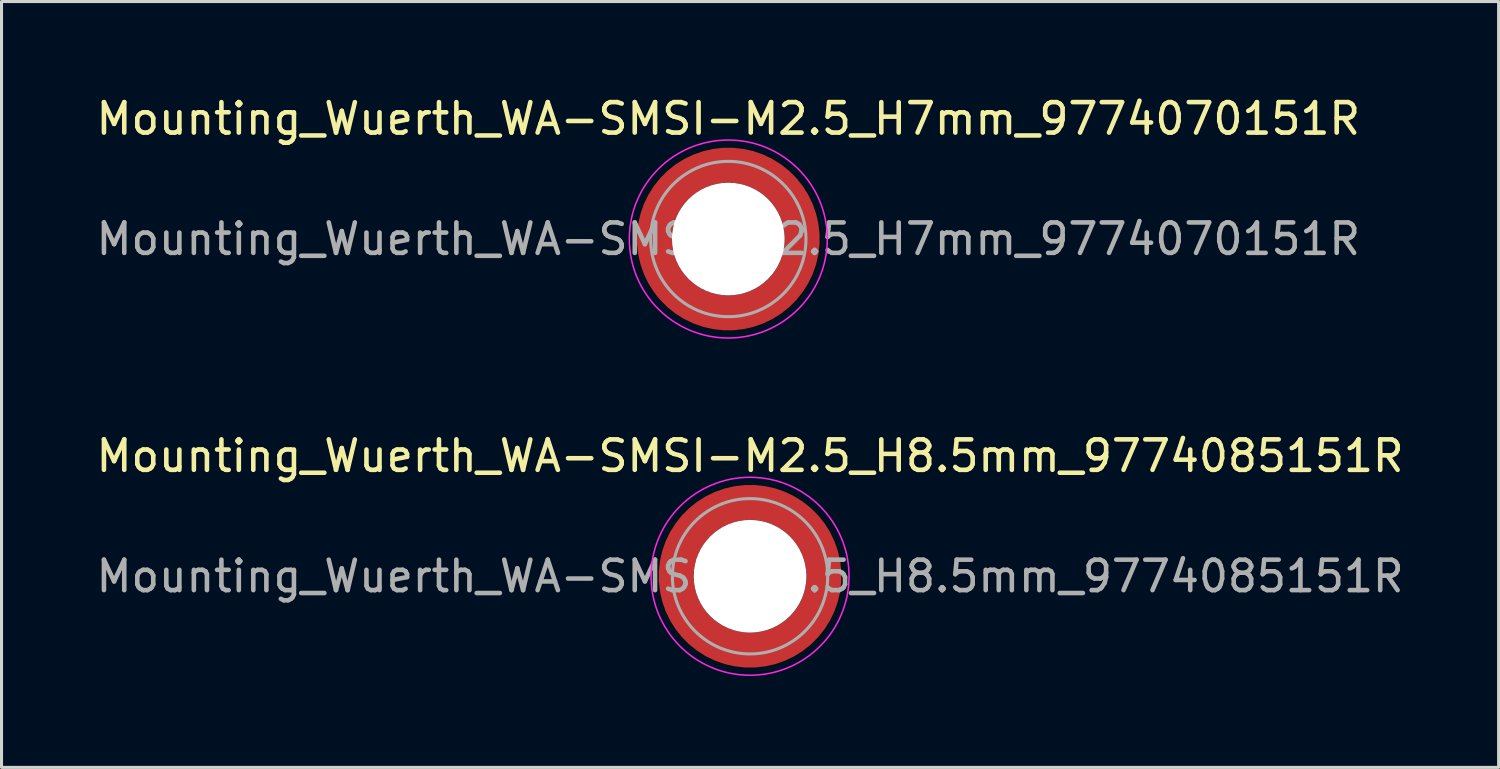
<source format=kicad_pcb>
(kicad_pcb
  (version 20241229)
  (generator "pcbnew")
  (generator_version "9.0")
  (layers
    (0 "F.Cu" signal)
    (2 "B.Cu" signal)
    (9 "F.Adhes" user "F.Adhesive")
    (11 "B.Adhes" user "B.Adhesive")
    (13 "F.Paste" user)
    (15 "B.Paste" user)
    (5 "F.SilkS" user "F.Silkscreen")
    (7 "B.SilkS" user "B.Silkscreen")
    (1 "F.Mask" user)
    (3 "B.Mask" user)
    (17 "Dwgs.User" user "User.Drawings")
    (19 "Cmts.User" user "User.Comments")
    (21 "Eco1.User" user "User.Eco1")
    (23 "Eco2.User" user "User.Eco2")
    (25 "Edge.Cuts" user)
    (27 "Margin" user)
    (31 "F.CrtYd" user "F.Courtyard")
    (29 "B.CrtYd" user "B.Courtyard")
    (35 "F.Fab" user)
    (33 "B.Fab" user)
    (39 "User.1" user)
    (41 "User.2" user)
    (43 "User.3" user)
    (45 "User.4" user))
  (footprint "Mounting_Wuerth_WA-SMSI-M2.5_H7mm_9774070151R"
    (layer "F.Cu")
    (at 20.863 4.798)
    (property "Reference" "Mounting_Wuerth_WA-SMSI-M2.5_H7mm_9774070151R" (at 0 -3.95 0) (layer "F.SilkS") (effects (font (size 1 1) (thickness 0.15))))
    (attr smd allow_soldermask_bridges)
    (fp_circle (center 0 0) (end 3.25 0) (stroke (width 0.05) (type solid)) (fill no) (layer "F.CrtYd"))
    (fp_circle (center 0 0) (end 2.55 0) (stroke (width 0.1) (type solid)) (fill no) (layer "F.Fab"))
    (fp_text user "${REFERENCE}" (at 0 0 0) (layer "F.Fab") (effects (font (size 1 1) (thickness 0.15))))
    (pad "" smd custom (at -1.704 -1.704) (size 0.51 0.51) (layers "F.Paste") (options (anchor circle)) (primitives (gr_arc (start -0.250195 1.279127) (mid 0.289914 0.289914) (end 1.279127 -0.250195) (width 0.2)) (gr_arc (start -0.34334 1.279127) (mid 0.225488 0.225488) (end 1.279127 -0.34334) (width 0.2)) (gr_arc (start -0.436309 1.279127) (mid 0.161063 0.161063) (end 1.279127 -0.436309) (width 0.2)) (gr_arc (start -0.529126 1.279127) (mid 0.096638 0.096638) (end 1.279127 -0.529126) (width 0.2)) (gr_arc (start -0.621807 1.279127) (mid 0.032213 0.032213) (end 1.279127 -0.621807) (width 0.2)) (gr_arc (start -0.71437 1.279127) (mid -0.032213 -0.032213) (end 1.279127 -0.71437) (width 0.2)) (gr_arc (start -0.806826 1.279127) (mid -0.096638 -0.096638) (end 1.279127 -0.806826) (width 0.2)) (gr_arc (start -0.899187 1.279127) (mid -0.161063 -0.161063) (end 1.279127 -0.899187) (width 0.2)) (gr_arc (start -0.991463 1.279127) (mid -0.225488 -0.225488) (end 1.279127 -0.991463) (width 0.2)) (gr_arc (start -1.083663 1.279127) (mid -0.289914 -0.289914) (end 1.279127 -1.083663) (width 0.2)) (gr_line (start 1.279 -0.25) (end 1.279 -1.084) (width 0.2)) (gr_line (start -0.25 1.279) (end -1.084 1.279) (width 0.2))))
    (pad "" smd custom (at -1.704 1.704) (size 0.51 0.51) (layers "F.Paste") (options (anchor circle)) (primitives (gr_arc (start 1.279127 0.250195) (mid 0.289914 -0.289914) (end -0.250195 -1.279127) (width 0.2)) (gr_arc (start 1.279127 0.34334) (mid 0.225488 -0.225488) (end -0.34334 -1.279127) (width 0.2)) (gr_arc (start 1.279127 0.436309) (mid 0.161063 -0.161063) (end -0.436309 -1.279127) (width 0.2)) (gr_arc (start 1.279127 0.529126) (mid 0.096638 -0.096638) (end -0.529126 -1.279127) (width 0.2)) (gr_arc (start 1.279127 0.621807) (mid 0.032213 -0.032213) (end -0.621807 -1.279127) (width 0.2)) (gr_arc (start 1.279127 0.71437) (mid -0.032213 0.032213) (end -0.71437 -1.279127) (width 0.2)) (gr_arc (start 1.279127 0.806826) (mid -0.096638 0.096638) (end -0.806826 -1.279127) (width 0.2)) (gr_arc (start 1.279127 0.899187) (mid -0.161063 0.161063) (end -0.899187 -1.279127) (width 0.2)) (gr_arc (start 1.279127 0.991463) (mid -0.225488 0.225488) (end -0.991463 -1.279127) (width 0.2)) (gr_arc (start 1.279127 1.083663) (mid -0.289914 0.289914) (end -1.083663 -1.279127) (width 0.2)) (gr_line (start -0.25 -1.279) (end -1.084 -1.279) (width 0.2)) (gr_line (start 1.279 0.25) (end 1.279 1.084) (width 0.2))))
    (pad "" np_thru_hole circle (at 0 0) (size 3.7 3.7) (drill 3.7) (layers "*.Cu" "*.Mask"))
    (pad "" smd custom (at 1.704 -1.704) (size 0.51 0.51) (layers "F.Paste") (options (anchor circle)) (primitives (gr_arc (start -1.279127 -0.250195) (mid -0.289914 0.289914) (end 0.250195 1.279127) (width 0.2)) (gr_arc (start -1.279127 -0.34334) (mid -0.225488 0.225488) (end 0.34334 1.279127) (width 0.2)) (gr_arc (start -1.279127 -0.436309) (mid -0.161063 0.161063) (end 0.436309 1.279127) (width 0.2)) (gr_arc (start -1.279127 -0.529126) (mid -0.096638 0.096638) (end 0.529126 1.279127) (width 0.2)) (gr_arc (start -1.279127 -0.621807) (mid -0.032213 0.032213) (end 0.621807 1.279127) (width 0.2)) (gr_arc (start -1.279127 -0.71437) (mid 0.032213 -0.032213) (end 0.71437 1.279127) (width 0.2)) (gr_arc (start -1.279127 -0.806826) (mid 0.096638 -0.096638) (end 0.806826 1.279127) (width 0.2)) (gr_arc (start -1.279127 -0.899187) (mid 0.161063 -0.161063) (end 0.899187 1.279127) (width 0.2)) (gr_arc (start -1.279127 -0.991463) (mid 0.225488 -0.225488) (end 0.991463 1.279127) (width 0.2)) (gr_arc (start -1.279127 -1.083663) (mid 0.289914 -0.289914) (end 1.083663 1.279127) (width 0.2)) (gr_line (start 0.25 1.279) (end 1.084 1.279) (width 0.2)) (gr_line (start -1.279 -0.25) (end -1.279 -1.084) (width 0.2))))
    (pad "" smd custom (at 1.704 1.704) (size 0.51 0.51) (layers "F.Paste") (options (anchor circle)) (primitives (gr_arc (start 0.250195 -1.279127) (mid -0.289914 -0.289914) (end -1.279127 0.250195) (width 0.2)) (gr_arc (start 0.34334 -1.279127) (mid -0.225488 -0.225488) (end -1.279127 0.34334) (width 0.2)) (gr_arc (start 0.436309 -1.279127) (mid -0.161063 -0.161063) (end -1.279127 0.436309) (width 0.2)) (gr_arc (start 0.529126 -1.279127) (mid -0.096638 -0.096638) (end -1.279127 0.529126) (width 0.2)) (gr_arc (start 0.621807 -1.279127) (mid -0.032213 -0.032213) (end -1.279127 0.621807) (width 0.2)) (gr_arc (start 0.71437 -1.279127) (mid 0.032213 0.032213) (end -1.279127 0.71437) (width 0.2)) (gr_arc (start 0.806826 -1.279127) (mid 0.096638 0.096638) (end -1.279127 0.806826) (width 0.2)) (gr_arc (start 0.899187 -1.279127) (mid 0.161063 0.161063) (end -1.279127 0.899187) (width 0.2)) (gr_arc (start 0.991463 -1.279127) (mid 0.225488 0.225488) (end -1.279127 0.991463) (width 0.2)) (gr_arc (start 1.083663 -1.279127) (mid 0.289914 0.289914) (end -1.279127 1.083663) (width 0.2)) (gr_line (start -1.279 0.25) (end -1.279 1.084) (width 0.2)) (gr_line (start 0.25 -1.279) (end 1.084 -1.279) (width 0.2))))
    (pad "1" smd circle (at -2.425 0) (size 0.642 0.642) (layers "F.Cu"))
    (pad "1" smd circle (at 0 -2.425) (size 0.642 0.642) (layers "F.Cu"))
    (pad "1" smd circle (at 0 2.425) (size 0.642 0.642) (layers "F.Cu"))
    (pad "1" smd custom (at 2.425 0) (size 1.15 1.15) (layers "F.Cu" "F.Mask") (options (anchor circle)) (primitives (gr_circle (center -2.425 0) (end 0 0) (width 1.15) (fill no)))))
  (footprint "Mounting_Wuerth_WA-SMSI-M2.5_H8.5mm_9774085151R"
    (layer "F.Cu")
    (at 21.577 15.871)
    (property "Reference" "Mounting_Wuerth_WA-SMSI-M2.5_H8.5mm_9774085151R" (at 0 -3.95 0) (layer "F.SilkS") (effects (font (size 1 1) (thickness 0.15))))
    (attr smd allow_soldermask_bridges)
    (fp_circle (center 0 0) (end 3.25 0) (stroke (width 0.05) (type solid)) (fill no) (layer "F.CrtYd"))
    (fp_circle (center 0 0) (end 2.55 0) (stroke (width 0.1) (type solid)) (fill no) (layer "F.Fab"))
    (fp_text user "${REFERENCE}" (at 0 0 0) (layer "F.Fab") (effects (font (size 1 1) (thickness 0.15))))
    (pad "" smd custom (at -1.704 -1.704) (size 0.51 0.51) (layers "F.Paste") (options (anchor circle)) (primitives (gr_arc (start -0.250195 1.279127) (mid 0.289914 0.289914) (end 1.279127 -0.250195) (width 0.2)) (gr_arc (start -0.34334 1.279127) (mid 0.225488 0.225488) (end 1.279127 -0.34334) (width 0.2)) (gr_arc (start -0.436309 1.279127) (mid 0.161063 0.161063) (end 1.279127 -0.436309) (width 0.2)) (gr_arc (start -0.529126 1.279127) (mid 0.096638 0.096638) (end 1.279127 -0.529126) (width 0.2)) (gr_arc (start -0.621807 1.279127) (mid 0.032213 0.032213) (end 1.279127 -0.621807) (width 0.2)) (gr_arc (start -0.71437 1.279127) (mid -0.032213 -0.032213) (end 1.279127 -0.71437) (width 0.2)) (gr_arc (start -0.806826 1.279127) (mid -0.096638 -0.096638) (end 1.279127 -0.806826) (width 0.2)) (gr_arc (start -0.899187 1.279127) (mid -0.161063 -0.161063) (end 1.279127 -0.899187) (width 0.2)) (gr_arc (start -0.991463 1.279127) (mid -0.225488 -0.225488) (end 1.279127 -0.991463) (width 0.2)) (gr_arc (start -1.083663 1.279127) (mid -0.289914 -0.289914) (end 1.279127 -1.083663) (width 0.2)) (gr_line (start 1.279 -0.25) (end 1.279 -1.084) (width 0.2)) (gr_line (start -0.25 1.279) (end -1.084 1.279) (width 0.2))))
    (pad "" smd custom (at -1.704 1.704) (size 0.51 0.51) (layers "F.Paste") (options (anchor circle)) (primitives (gr_arc (start 1.279127 0.250195) (mid 0.289914 -0.289914) (end -0.250195 -1.279127) (width 0.2)) (gr_arc (start 1.279127 0.34334) (mid 0.225488 -0.225488) (end -0.34334 -1.279127) (width 0.2)) (gr_arc (start 1.279127 0.436309) (mid 0.161063 -0.161063) (end -0.436309 -1.279127) (width 0.2)) (gr_arc (start 1.279127 0.529126) (mid 0.096638 -0.096638) (end -0.529126 -1.279127) (width 0.2)) (gr_arc (start 1.279127 0.621807) (mid 0.032213 -0.032213) (end -0.621807 -1.279127) (width 0.2)) (gr_arc (start 1.279127 0.71437) (mid -0.032213 0.032213) (end -0.71437 -1.279127) (width 0.2)) (gr_arc (start 1.279127 0.806826) (mid -0.096638 0.096638) (end -0.806826 -1.279127) (width 0.2)) (gr_arc (start 1.279127 0.899187) (mid -0.161063 0.161063) (end -0.899187 -1.279127) (width 0.2)) (gr_arc (start 1.279127 0.991463) (mid -0.225488 0.225488) (end -0.991463 -1.279127) (width 0.2)) (gr_arc (start 1.279127 1.083663) (mid -0.289914 0.289914) (end -1.083663 -1.279127) (width 0.2)) (gr_line (start -0.25 -1.279) (end -1.084 -1.279) (width 0.2)) (gr_line (start 1.279 0.25) (end 1.279 1.084) (width 0.2))))
    (pad "" np_thru_hole circle (at 0 0) (size 3.7 3.7) (drill 3.7) (layers "*.Cu" "*.Mask"))
    (pad "" smd custom (at 1.704 -1.704) (size 0.51 0.51) (layers "F.Paste") (options (anchor circle)) (primitives (gr_arc (start -1.279127 -0.250195) (mid -0.289914 0.289914) (end 0.250195 1.279127) (width 0.2)) (gr_arc (start -1.279127 -0.34334) (mid -0.225488 0.225488) (end 0.34334 1.279127) (width 0.2)) (gr_arc (start -1.279127 -0.436309) (mid -0.161063 0.161063) (end 0.436309 1.279127) (width 0.2)) (gr_arc (start -1.279127 -0.529126) (mid -0.096638 0.096638) (end 0.529126 1.279127) (width 0.2)) (gr_arc (start -1.279127 -0.621807) (mid -0.032213 0.032213) (end 0.621807 1.279127) (width 0.2)) (gr_arc (start -1.279127 -0.71437) (mid 0.032213 -0.032213) (end 0.71437 1.279127) (width 0.2)) (gr_arc (start -1.279127 -0.806826) (mid 0.096638 -0.096638) (end 0.806826 1.279127) (width 0.2)) (gr_arc (start -1.279127 -0.899187) (mid 0.161063 -0.161063) (end 0.899187 1.279127) (width 0.2)) (gr_arc (start -1.279127 -0.991463) (mid 0.225488 -0.225488) (end 0.991463 1.279127) (width 0.2)) (gr_arc (start -1.279127 -1.083663) (mid 0.289914 -0.289914) (end 1.083663 1.279127) (width 0.2)) (gr_line (start 0.25 1.279) (end 1.084 1.279) (width 0.2)) (gr_line (start -1.279 -0.25) (end -1.279 -1.084) (width 0.2))))
    (pad "" smd custom (at 1.704 1.704) (size 0.51 0.51) (layers "F.Paste") (options (anchor circle)) (primitives (gr_arc (start 0.250195 -1.279127) (mid -0.289914 -0.289914) (end -1.279127 0.250195) (width 0.2)) (gr_arc (start 0.34334 -1.279127) (mid -0.225488 -0.225488) (end -1.279127 0.34334) (width 0.2)) (gr_arc (start 0.436309 -1.279127) (mid -0.161063 -0.161063) (end -1.279127 0.436309) (width 0.2)) (gr_arc (start 0.529126 -1.279127) (mid -0.096638 -0.096638) (end -1.279127 0.529126) (width 0.2)) (gr_arc (start 0.621807 -1.279127) (mid -0.032213 -0.032213) (end -1.279127 0.621807) (width 0.2)) (gr_arc (start 0.71437 -1.279127) (mid 0.032213 0.032213) (end -1.279127 0.71437) (width 0.2)) (gr_arc (start 0.806826 -1.279127) (mid 0.096638 0.096638) (end -1.279127 0.806826) (width 0.2)) (gr_arc (start 0.899187 -1.279127) (mid 0.161063 0.161063) (end -1.279127 0.899187) (width 0.2)) (gr_arc (start 0.991463 -1.279127) (mid 0.225488 0.225488) (end -1.279127 0.991463) (width 0.2)) (gr_arc (start 1.083663 -1.279127) (mid 0.289914 0.289914) (end -1.279127 1.083663) (width 0.2)) (gr_line (start -1.279 0.25) (end -1.279 1.084) (width 0.2)) (gr_line (start 0.25 -1.279) (end 1.084 -1.279) (width 0.2))))
    (pad "1" smd circle (at -2.425 0) (size 0.642 0.642) (layers "F.Cu"))
    (pad "1" smd circle (at 0 -2.425) (size 0.642 0.642) (layers "F.Cu"))
    (pad "1" smd circle (at 0 2.425) (size 0.642 0.642) (layers "F.Cu"))
    (pad "1" smd custom (at 2.425 0) (size 1.15 1.15) (layers "F.Cu" "F.Mask") (options (anchor circle)) (primitives (gr_circle (center -2.425 0) (end 0 0) (width 1.15) (fill no)))))
  (gr_rect
    (start -3 -3)
    (end 46.155 22.146)
    (stroke (width 0.1) (type default))
    (fill no)
    (layer "Edge.Cuts")))
</source>
